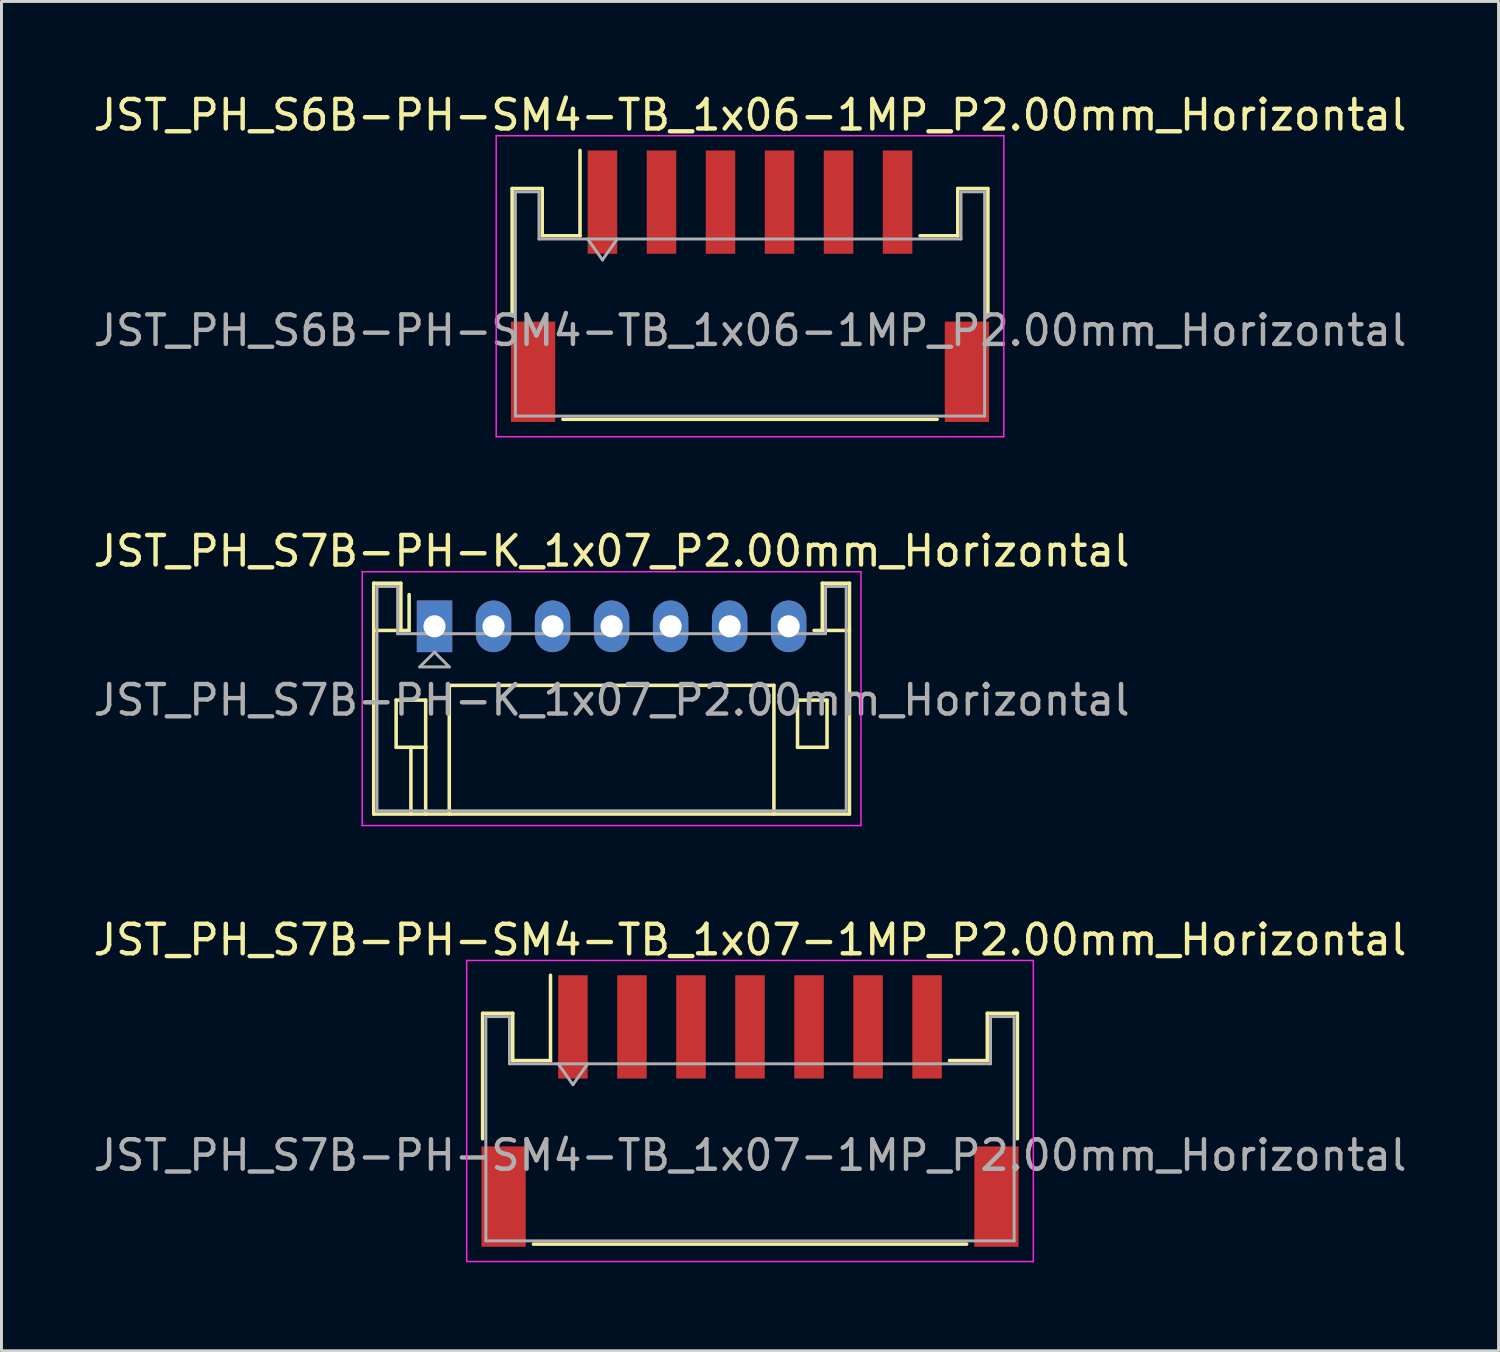
<source format=kicad_pcb>
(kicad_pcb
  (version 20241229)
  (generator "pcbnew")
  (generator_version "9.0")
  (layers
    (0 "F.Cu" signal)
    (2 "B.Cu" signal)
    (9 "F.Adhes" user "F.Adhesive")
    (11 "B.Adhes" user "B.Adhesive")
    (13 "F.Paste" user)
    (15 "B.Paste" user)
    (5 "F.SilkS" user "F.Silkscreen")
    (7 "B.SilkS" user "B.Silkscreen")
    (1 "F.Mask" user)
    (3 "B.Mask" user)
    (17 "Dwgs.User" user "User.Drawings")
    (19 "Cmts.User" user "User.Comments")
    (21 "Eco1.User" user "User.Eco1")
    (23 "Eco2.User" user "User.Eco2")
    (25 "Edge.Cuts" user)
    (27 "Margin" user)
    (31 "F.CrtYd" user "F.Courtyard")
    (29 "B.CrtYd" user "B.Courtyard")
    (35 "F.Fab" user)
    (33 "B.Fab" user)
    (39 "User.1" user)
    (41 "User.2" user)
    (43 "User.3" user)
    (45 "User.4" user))
  (footprint "JST_PH_S7B-PH-SM4-TB_1x07-1MP_P2.00mm_Horizontal"
    (layer "F.Cu")
    (at 22.363 34.595)
    (property "Reference" "JST_PH_S7B-PH-SM4-TB_1x07-1MP_P2.00mm_Horizontal" (at 0 -5.8 0) (layer "F.SilkS") (effects (font (size 1 1) (thickness 0.15))))
    (attr smd)
    (fp_line (start -9.06 -3.31) (end -8.04 -3.31) (stroke (width 0.12) (type solid)) (layer "F.SilkS"))
    (fp_line (start -9.06 0.94) (end -9.06 -3.31) (stroke (width 0.12) (type solid)) (layer "F.SilkS"))
    (fp_line (start -8.04 -3.31) (end -8.04 -1.71) (stroke (width 0.12) (type solid)) (layer "F.SilkS"))
    (fp_line (start -8.04 -1.71) (end -6.76 -1.71) (stroke (width 0.12) (type solid)) (layer "F.SilkS"))
    (fp_line (start -7.34 4.51) (end 7.34 4.51) (stroke (width 0.12) (type solid)) (layer "F.SilkS"))
    (fp_line (start -6.76 -1.71) (end -6.76 -4.6) (stroke (width 0.12) (type solid)) (layer "F.SilkS"))
    (fp_line (start 8.04 -3.31) (end 8.04 -1.71) (stroke (width 0.12) (type solid)) (layer "F.SilkS"))
    (fp_line (start 8.04 -1.71) (end 6.76 -1.71) (stroke (width 0.12) (type solid)) (layer "F.SilkS"))
    (fp_line (start 9.06 -3.31) (end 8.04 -3.31) (stroke (width 0.12) (type solid)) (layer "F.SilkS"))
    (fp_line (start 9.06 0.94) (end 9.06 -3.31) (stroke (width 0.12) (type solid)) (layer "F.SilkS"))
    (fp_line (start -9.6 -5.1) (end -9.6 5.1) (stroke (width 0.05) (type solid)) (layer "F.CrtYd"))
    (fp_line (start -9.6 5.1) (end 9.6 5.1) (stroke (width 0.05) (type solid)) (layer "F.CrtYd"))
    (fp_line (start 9.6 -5.1) (end -9.6 -5.1) (stroke (width 0.05) (type solid)) (layer "F.CrtYd"))
    (fp_line (start 9.6 5.1) (end 9.6 -5.1) (stroke (width 0.05) (type solid)) (layer "F.CrtYd"))
    (fp_line (start -8.95 -3.2) (end -8.95 4.4) (stroke (width 0.1) (type solid)) (layer "F.Fab"))
    (fp_line (start -8.95 -3.2) (end -8.15 -3.2) (stroke (width 0.1) (type solid)) (layer "F.Fab"))
    (fp_line (start -8.95 4.4) (end 8.95 4.4) (stroke (width 0.1) (type solid)) (layer "F.Fab"))
    (fp_line (start -8.15 -3.2) (end -8.15 -1.6) (stroke (width 0.1) (type solid)) (layer "F.Fab"))
    (fp_line (start -8.15 -1.6) (end 8.15 -1.6) (stroke (width 0.1) (type solid)) (layer "F.Fab"))
    (fp_line (start -6.5 -1.6) (end -6 -0.893) (stroke (width 0.1) (type solid)) (layer "F.Fab"))
    (fp_line (start -6 -0.893) (end -5.5 -1.6) (stroke (width 0.1) (type solid)) (layer "F.Fab"))
    (fp_line (start 8.15 -3.2) (end 8.95 -3.2) (stroke (width 0.1) (type solid)) (layer "F.Fab"))
    (fp_line (start 8.15 -1.6) (end 8.15 -3.2) (stroke (width 0.1) (type solid)) (layer "F.Fab"))
    (fp_line (start 8.95 -3.2) (end 8.95 4.4) (stroke (width 0.1) (type solid)) (layer "F.Fab"))
    (fp_text user "${REFERENCE}" (at 0 1.5 0) (layer "F.Fab") (effects (font (size 1 1) (thickness 0.15))))
    (pad "1" smd rect (at -6 -2.85) (size 1 3.5) (layers "F.Cu" "F.Mask" "F.Paste"))
    (pad "2" smd rect (at -4 -2.85) (size 1 3.5) (layers "F.Cu" "F.Mask" "F.Paste"))
    (pad "3" smd rect (at -2 -2.85) (size 1 3.5) (layers "F.Cu" "F.Mask" "F.Paste"))
    (pad "4" smd rect (at 0 -2.85) (size 1 3.5) (layers "F.Cu" "F.Mask" "F.Paste"))
    (pad "5" smd rect (at 2 -2.85) (size 1 3.5) (layers "F.Cu" "F.Mask" "F.Paste"))
    (pad "6" smd rect (at 4 -2.85) (size 1 3.5) (layers "F.Cu" "F.Mask" "F.Paste"))
    (pad "7" smd rect (at 6 -2.85) (size 1 3.5) (layers "F.Cu" "F.Mask" "F.Paste"))
    (pad "MP" smd rect (at -8.35 2.9) (size 1.5 3.4) (layers "F.Cu" "F.Mask" "F.Paste"))
    (pad "MP" smd rect (at 8.35 2.9) (size 1.5 3.4) (layers "F.Cu" "F.Mask" "F.Paste")))
  (footprint "JST_PH_S7B-PH-K_1x07_P2.00mm_Horizontal"
    (layer "F.Cu")
    (at 11.673 18.172)
    (property "Reference" "JST_PH_S7B-PH-K_1x07_P2.00mm_Horizontal" (at 6 -2.55 0) (layer "F.SilkS") (effects (font (size 1 1) (thickness 0.15))))
    (attr through_hole)
    (fp_line (start -2.06 -1.46) (end -2.06 6.36) (stroke (width 0.12) (type solid)) (layer "F.SilkS"))
    (fp_line (start -2.06 0.14) (end -1.14 0.14) (stroke (width 0.12) (type solid)) (layer "F.SilkS"))
    (fp_line (start -2.06 6.36) (end 14.06 6.36) (stroke (width 0.12) (type solid)) (layer "F.SilkS"))
    (fp_line (start -1.3 2.5) (end -1.3 4.1) (stroke (width 0.12) (type solid)) (layer "F.SilkS"))
    (fp_line (start -1.3 4.1) (end -0.3 4.1) (stroke (width 0.12) (type solid)) (layer "F.SilkS"))
    (fp_line (start -1.14 -1.46) (end -2.06 -1.46) (stroke (width 0.12) (type solid)) (layer "F.SilkS"))
    (fp_line (start -1.14 0.14) (end -1.14 -1.46) (stroke (width 0.12) (type solid)) (layer "F.SilkS"))
    (fp_line (start -0.86 0.14) (end -1.14 0.14) (stroke (width 0.12) (type solid)) (layer "F.SilkS"))
    (fp_line (start -0.86 0.14) (end -0.86 -1.075) (stroke (width 0.12) (type solid)) (layer "F.SilkS"))
    (fp_line (start -0.8 4.1) (end -0.8 6.36) (stroke (width 0.12) (type solid)) (layer "F.SilkS"))
    (fp_line (start -0.3 2.5) (end -1.3 2.5) (stroke (width 0.12) (type solid)) (layer "F.SilkS"))
    (fp_line (start -0.3 4.1) (end -0.3 2.5) (stroke (width 0.12) (type solid)) (layer "F.SilkS"))
    (fp_line (start -0.3 4.1) (end -0.3 6.36) (stroke (width 0.12) (type solid)) (layer "F.SilkS"))
    (fp_line (start 0.5 2) (end 11.5 2) (stroke (width 0.12) (type solid)) (layer "F.SilkS"))
    (fp_line (start 0.5 6.36) (end 0.5 2) (stroke (width 0.12) (type solid)) (layer "F.SilkS"))
    (fp_line (start 11.5 2) (end 11.5 6.36) (stroke (width 0.12) (type solid)) (layer "F.SilkS"))
    (fp_line (start 12.3 2.5) (end 13.3 2.5) (stroke (width 0.12) (type solid)) (layer "F.SilkS"))
    (fp_line (start 12.3 4.1) (end 12.3 2.5) (stroke (width 0.12) (type solid)) (layer "F.SilkS"))
    (fp_line (start 13.14 -1.46) (end 13.14 0.14) (stroke (width 0.12) (type solid)) (layer "F.SilkS"))
    (fp_line (start 13.14 0.14) (end 12.86 0.14) (stroke (width 0.12) (type solid)) (layer "F.SilkS"))
    (fp_line (start 13.3 2.5) (end 13.3 4.1) (stroke (width 0.12) (type solid)) (layer "F.SilkS"))
    (fp_line (start 13.3 4.1) (end 12.3 4.1) (stroke (width 0.12) (type solid)) (layer "F.SilkS"))
    (fp_line (start 14.06 -1.46) (end 13.14 -1.46) (stroke (width 0.12) (type solid)) (layer "F.SilkS"))
    (fp_line (start 14.06 0.14) (end 13.14 0.14) (stroke (width 0.12) (type solid)) (layer "F.SilkS"))
    (fp_line (start 14.06 6.36) (end 14.06 -1.46) (stroke (width 0.12) (type solid)) (layer "F.SilkS"))
    (fp_line (start -2.45 -1.85) (end -2.45 6.75) (stroke (width 0.05) (type solid)) (layer "F.CrtYd"))
    (fp_line (start -2.45 6.75) (end 14.45 6.75) (stroke (width 0.05) (type solid)) (layer "F.CrtYd"))
    (fp_line (start 14.45 -1.85) (end -2.45 -1.85) (stroke (width 0.05) (type solid)) (layer "F.CrtYd"))
    (fp_line (start 14.45 6.75) (end 14.45 -1.85) (stroke (width 0.05) (type solid)) (layer "F.CrtYd"))
    (fp_line (start -1.95 -1.35) (end -1.95 6.25) (stroke (width 0.1) (type solid)) (layer "F.Fab"))
    (fp_line (start -1.95 6.25) (end 13.95 6.25) (stroke (width 0.1) (type solid)) (layer "F.Fab"))
    (fp_line (start -1.25 -1.35) (end -1.95 -1.35) (stroke (width 0.1) (type solid)) (layer "F.Fab"))
    (fp_line (start -1.25 0.25) (end -1.25 -1.35) (stroke (width 0.1) (type solid)) (layer "F.Fab"))
    (fp_line (start -0.5 1.375) (end 0.5 1.375) (stroke (width 0.1) (type solid)) (layer "F.Fab"))
    (fp_line (start 0 0.875) (end -0.5 1.375) (stroke (width 0.1) (type solid)) (layer "F.Fab"))
    (fp_line (start 0.5 1.375) (end 0 0.875) (stroke (width 0.1) (type solid)) (layer "F.Fab"))
    (fp_line (start 13.25 -1.35) (end 13.25 0.25) (stroke (width 0.1) (type solid)) (layer "F.Fab"))
    (fp_line (start 13.25 0.25) (end -1.25 0.25) (stroke (width 0.1) (type solid)) (layer "F.Fab"))
    (fp_line (start 13.95 -1.35) (end 13.25 -1.35) (stroke (width 0.1) (type solid)) (layer "F.Fab"))
    (fp_line (start 13.95 6.25) (end 13.95 -1.35) (stroke (width 0.1) (type solid)) (layer "F.Fab"))
    (fp_text user "${REFERENCE}" (at 6 2.5 0) (layer "F.Fab") (effects (font (size 1 1) (thickness 0.15))))
    (pad "1" thru_hole rect (at 0 0) (size 1.2 1.75) (drill 0.75) (layers "*.Cu" "*.Mask"))
    (pad "2" thru_hole oval (at 2 0) (size 1.2 1.75) (drill 0.75) (layers "*.Cu" "*.Mask"))
    (pad "3" thru_hole oval (at 4 0) (size 1.2 1.75) (drill 0.75) (layers "*.Cu" "*.Mask"))
    (pad "4" thru_hole oval (at 6 0) (size 1.2 1.75) (drill 0.75) (layers "*.Cu" "*.Mask"))
    (pad "5" thru_hole oval (at 8 0) (size 1.2 1.75) (drill 0.75) (layers "*.Cu" "*.Mask"))
    (pad "6" thru_hole oval (at 10 0) (size 1.2 1.75) (drill 0.75) (layers "*.Cu" "*.Mask"))
    (pad "7" thru_hole oval (at 12 0) (size 1.2 1.75) (drill 0.75) (layers "*.Cu" "*.Mask")))
  (footprint "JST_PH_S6B-PH-SM4-TB_1x06-1MP_P2.00mm_Horizontal"
    (layer "F.Cu")
    (at 22.363 6.648)
    (property "Reference" "JST_PH_S6B-PH-SM4-TB_1x06-1MP_P2.00mm_Horizontal" (at 0 -5.8 0) (layer "F.SilkS") (effects (font (size 1 1) (thickness 0.15))))
    (attr smd)
    (fp_line (start -8.06 -3.31) (end -7.04 -3.31) (stroke (width 0.12) (type solid)) (layer "F.SilkS"))
    (fp_line (start -8.06 0.94) (end -8.06 -3.31) (stroke (width 0.12) (type solid)) (layer "F.SilkS"))
    (fp_line (start -7.04 -3.31) (end -7.04 -1.71) (stroke (width 0.12) (type solid)) (layer "F.SilkS"))
    (fp_line (start -7.04 -1.71) (end -5.76 -1.71) (stroke (width 0.12) (type solid)) (layer "F.SilkS"))
    (fp_line (start -6.34 4.51) (end 6.34 4.51) (stroke (width 0.12) (type solid)) (layer "F.SilkS"))
    (fp_line (start -5.76 -1.71) (end -5.76 -4.6) (stroke (width 0.12) (type solid)) (layer "F.SilkS"))
    (fp_line (start 7.04 -3.31) (end 7.04 -1.71) (stroke (width 0.12) (type solid)) (layer "F.SilkS"))
    (fp_line (start 7.04 -1.71) (end 5.76 -1.71) (stroke (width 0.12) (type solid)) (layer "F.SilkS"))
    (fp_line (start 8.06 -3.31) (end 7.04 -3.31) (stroke (width 0.12) (type solid)) (layer "F.SilkS"))
    (fp_line (start 8.06 0.94) (end 8.06 -3.31) (stroke (width 0.12) (type solid)) (layer "F.SilkS"))
    (fp_line (start -8.6 -5.1) (end -8.6 5.1) (stroke (width 0.05) (type solid)) (layer "F.CrtYd"))
    (fp_line (start -8.6 5.1) (end 8.6 5.1) (stroke (width 0.05) (type solid)) (layer "F.CrtYd"))
    (fp_line (start 8.6 -5.1) (end -8.6 -5.1) (stroke (width 0.05) (type solid)) (layer "F.CrtYd"))
    (fp_line (start 8.6 5.1) (end 8.6 -5.1) (stroke (width 0.05) (type solid)) (layer "F.CrtYd"))
    (fp_line (start -7.95 -3.2) (end -7.95 4.4) (stroke (width 0.1) (type solid)) (layer "F.Fab"))
    (fp_line (start -7.95 -3.2) (end -7.15 -3.2) (stroke (width 0.1) (type solid)) (layer "F.Fab"))
    (fp_line (start -7.95 4.4) (end 7.95 4.4) (stroke (width 0.1) (type solid)) (layer "F.Fab"))
    (fp_line (start -7.15 -3.2) (end -7.15 -1.6) (stroke (width 0.1) (type solid)) (layer "F.Fab"))
    (fp_line (start -7.15 -1.6) (end 7.15 -1.6) (stroke (width 0.1) (type solid)) (layer "F.Fab"))
    (fp_line (start -5.5 -1.6) (end -5 -0.893) (stroke (width 0.1) (type solid)) (layer "F.Fab"))
    (fp_line (start -5 -0.893) (end -4.5 -1.6) (stroke (width 0.1) (type solid)) (layer "F.Fab"))
    (fp_line (start 7.15 -3.2) (end 7.95 -3.2) (stroke (width 0.1) (type solid)) (layer "F.Fab"))
    (fp_line (start 7.15 -1.6) (end 7.15 -3.2) (stroke (width 0.1) (type solid)) (layer "F.Fab"))
    (fp_line (start 7.95 -3.2) (end 7.95 4.4) (stroke (width 0.1) (type solid)) (layer "F.Fab"))
    (fp_text user "${REFERENCE}" (at 0 1.5 0) (layer "F.Fab") (effects (font (size 1 1) (thickness 0.15))))
    (pad "1" smd rect (at -5 -2.85) (size 1 3.5) (layers "F.Cu" "F.Mask" "F.Paste"))
    (pad "2" smd rect (at -3 -2.85) (size 1 3.5) (layers "F.Cu" "F.Mask" "F.Paste"))
    (pad "3" smd rect (at -1 -2.85) (size 1 3.5) (layers "F.Cu" "F.Mask" "F.Paste"))
    (pad "4" smd rect (at 1 -2.85) (size 1 3.5) (layers "F.Cu" "F.Mask" "F.Paste"))
    (pad "5" smd rect (at 3 -2.85) (size 1 3.5) (layers "F.Cu" "F.Mask" "F.Paste"))
    (pad "6" smd rect (at 5 -2.85) (size 1 3.5) (layers "F.Cu" "F.Mask" "F.Paste"))
    (pad "MP" smd rect (at -7.35 2.9) (size 1.5 3.4) (layers "F.Cu" "F.Mask" "F.Paste"))
    (pad "MP" smd rect (at 7.35 2.9) (size 1.5 3.4) (layers "F.Cu" "F.Mask" "F.Paste")))
  (gr_rect
    (start -3 -3)
    (end 47.726 42.72)
    (stroke (width 0.1) (type default))
    (fill no)
    (layer "Edge.Cuts")))
</source>
